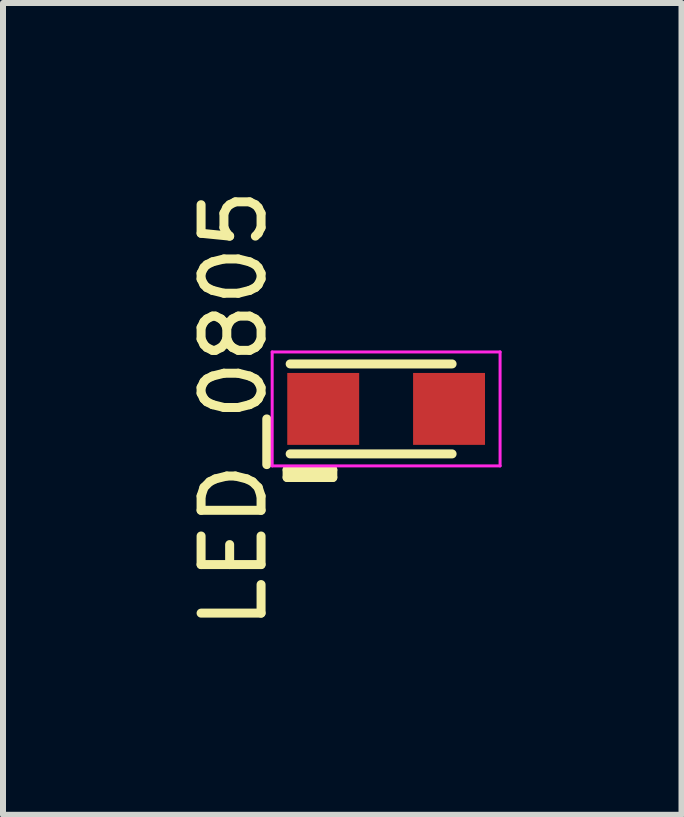
<source format=kicad_pcb>
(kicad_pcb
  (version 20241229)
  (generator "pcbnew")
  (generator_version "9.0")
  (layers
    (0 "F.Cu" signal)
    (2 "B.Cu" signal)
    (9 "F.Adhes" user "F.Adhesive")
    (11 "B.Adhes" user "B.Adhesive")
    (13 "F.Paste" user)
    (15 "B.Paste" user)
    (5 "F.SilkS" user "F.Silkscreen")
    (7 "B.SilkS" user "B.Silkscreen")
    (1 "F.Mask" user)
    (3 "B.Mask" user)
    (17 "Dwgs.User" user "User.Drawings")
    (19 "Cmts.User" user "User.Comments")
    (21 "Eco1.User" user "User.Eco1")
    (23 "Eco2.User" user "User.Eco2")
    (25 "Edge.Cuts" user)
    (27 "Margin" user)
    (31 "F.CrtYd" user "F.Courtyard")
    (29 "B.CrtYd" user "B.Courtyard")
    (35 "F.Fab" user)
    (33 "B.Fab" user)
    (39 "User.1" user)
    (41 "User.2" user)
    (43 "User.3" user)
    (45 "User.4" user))
  (footprint "LED_0805"
    (layer "F.Cu")
    (at 3.388 3.768)
    (property "Reference" "LED_0805" (at -2.54 0 90) (layer "F.SilkS") (effects (font (size 1 1) (thickness 0.15))))
    (attr smd)
    (fp_line (start -1.651 1.016) (end -0.889 1.016) (stroke (width 0.15) (type solid)) (layer "F.SilkS"))
    (fp_line (start -1.651 1.143) (end -1.651 1.016) (stroke (width 0.15) (type solid)) (layer "F.SilkS"))
    (fp_line (start -1.6 -0.75) (end 1.1 -0.75) (stroke (width 0.15) (type solid)) (layer "F.SilkS"))
    (fp_line (start -1.6 0.75) (end 1.1 0.75) (stroke (width 0.15) (type solid)) (layer "F.SilkS"))
    (fp_line (start -0.889 1.016) (end -0.889 1.143) (stroke (width 0.15) (type solid)) (layer "F.SilkS"))
    (fp_line (start -0.889 1.143) (end -1.651 1.143) (stroke (width 0.15) (type solid)) (layer "F.SilkS"))
    (fp_line (start -1.9 -0.95) (end 1.9 -0.95) (stroke (width 0.05) (type solid)) (layer "F.CrtYd"))
    (fp_line (start -1.9 0.95) (end -1.9 -0.95) (stroke (width 0.05) (type solid)) (layer "F.CrtYd"))
    (fp_line (start 1.9 -0.95) (end 1.9 0.95) (stroke (width 0.05) (type solid)) (layer "F.CrtYd"))
    (fp_line (start 1.9 0.95) (end -1.9 0.95) (stroke (width 0.05) (type solid)) (layer "F.CrtYd"))
    (pad "1" smd rect (at -1.049 0 180) (size 1.199 1.199) (layers "F.Cu" "F.Mask" "F.Paste"))
    (pad "2" smd rect (at 1.049 0 180) (size 1.199 1.199) (layers "F.Cu" "F.Mask" "F.Paste")))
  (gr_rect
    (start -3 -3)
    (end 8.313 10.536)
    (stroke (width 0.1) (type default))
    (fill no)
    (layer "Edge.Cuts")))
</source>
